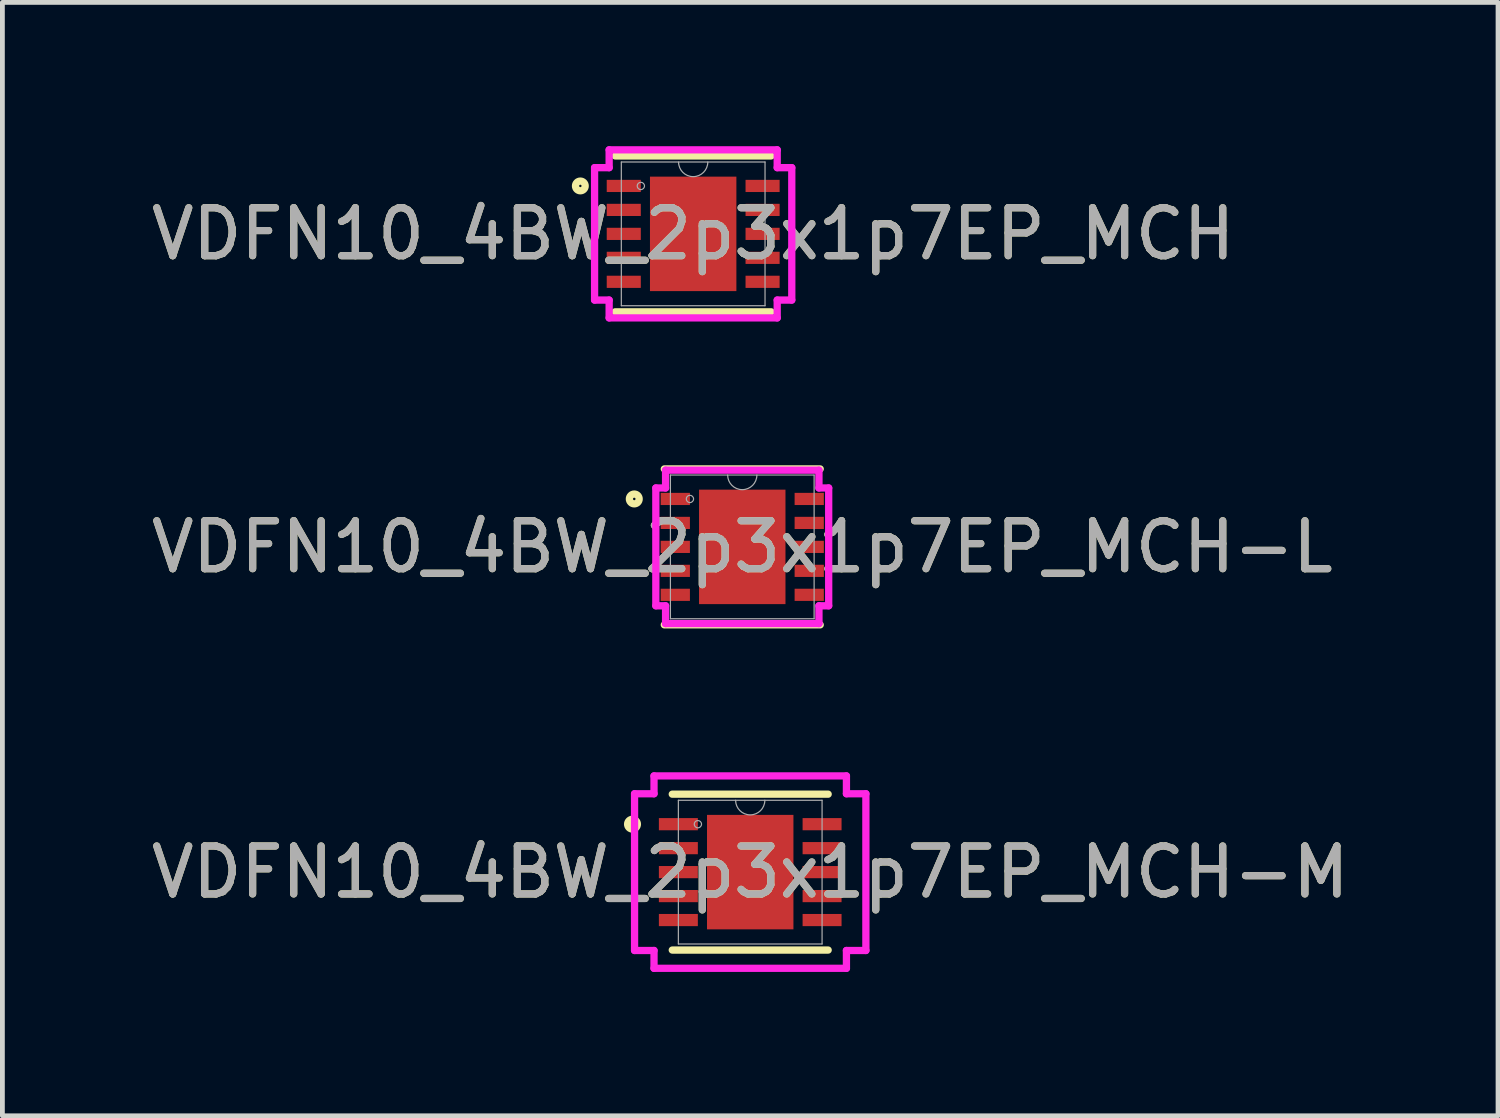
<source format=kicad_pcb>
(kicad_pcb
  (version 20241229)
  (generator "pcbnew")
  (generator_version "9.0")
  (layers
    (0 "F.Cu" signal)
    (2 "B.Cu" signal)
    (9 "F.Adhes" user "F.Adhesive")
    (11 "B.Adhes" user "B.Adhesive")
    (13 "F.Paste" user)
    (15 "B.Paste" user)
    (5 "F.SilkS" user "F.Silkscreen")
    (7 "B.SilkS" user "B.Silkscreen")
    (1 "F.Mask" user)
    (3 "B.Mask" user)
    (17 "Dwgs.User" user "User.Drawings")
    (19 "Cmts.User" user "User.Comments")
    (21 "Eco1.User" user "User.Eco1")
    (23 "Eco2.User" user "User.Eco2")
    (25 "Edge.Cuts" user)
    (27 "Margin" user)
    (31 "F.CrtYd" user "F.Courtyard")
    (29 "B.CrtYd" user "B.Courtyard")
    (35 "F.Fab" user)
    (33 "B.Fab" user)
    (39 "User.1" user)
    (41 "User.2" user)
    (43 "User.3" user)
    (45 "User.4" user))
  (footprint "VDFN10_4BW_2p3x1p7EP_MCH-M"
    (layer "F.Cu")
    (at 12.601 15.144)
    (property "Reference" "VDFN10_4BW_2p3x1p7EP_MCH-M" (at 0 0 0) (unlocked yes) (layer "F.SilkS") (effects (font (size 1 1) (thickness 0.15))))
    (attr smd)
    (fp_line (start -1.626 1.626) (end 1.626 1.626) (stroke (width 0.152) (type solid)) (layer "F.SilkS"))
    (fp_line (start 1.626 -1.626) (end -1.626 -1.626) (stroke (width 0.152) (type solid)) (layer "F.SilkS"))
    (fp_circle (center -2.456 -1) (end -2.354 -1) (stroke (width 0.152) (type solid)) (fill no) (layer "F.SilkS"))
    (fp_line (start -2.413 -1.635) (end -2.007 -1.635) (stroke (width 0.152) (type solid)) (layer "F.CrtYd"))
    (fp_line (start -2.413 1.635) (end -2.413 -1.635) (stroke (width 0.152) (type solid)) (layer "F.CrtYd"))
    (fp_line (start -2.413 1.635) (end -2.007 1.635) (stroke (width 0.152) (type solid)) (layer "F.CrtYd"))
    (fp_line (start -2.007 -2.007) (end 2.007 -2.007) (stroke (width 0.152) (type solid)) (layer "F.CrtYd"))
    (fp_line (start -2.007 -1.635) (end -2.007 -2.007) (stroke (width 0.152) (type solid)) (layer "F.CrtYd"))
    (fp_line (start -2.007 2.007) (end -2.007 1.635) (stroke (width 0.152) (type solid)) (layer "F.CrtYd"))
    (fp_line (start 2.007 -2.007) (end 2.007 -1.635) (stroke (width 0.152) (type solid)) (layer "F.CrtYd"))
    (fp_line (start 2.007 1.635) (end 2.007 2.007) (stroke (width 0.152) (type solid)) (layer "F.CrtYd"))
    (fp_line (start 2.007 2.007) (end -2.007 2.007) (stroke (width 0.152) (type solid)) (layer "F.CrtYd"))
    (fp_line (start 2.413 -1.635) (end 2.007 -1.635) (stroke (width 0.152) (type solid)) (layer "F.CrtYd"))
    (fp_line (start 2.413 -1.635) (end 2.413 1.635) (stroke (width 0.152) (type solid)) (layer "F.CrtYd"))
    (fp_line (start 2.413 1.635) (end 2.007 1.635) (stroke (width 0.152) (type solid)) (layer "F.CrtYd"))
    (fp_line (start -1.499 -1.499) (end -1.499 1.499) (stroke (width 0.025) (type solid)) (layer "F.Fab"))
    (fp_line (start -1.499 1.499) (end 1.499 1.499) (stroke (width 0.025) (type solid)) (layer "F.Fab"))
    (fp_line (start 1.499 -1.499) (end -1.499 -1.499) (stroke (width 0.025) (type solid)) (layer "F.Fab"))
    (fp_line (start 1.499 1.499) (end 1.499 -1.499) (stroke (width 0.025) (type solid)) (layer "F.Fab"))
    (fp_arc (start 0.3048 -1.4986) (mid 0 -1.1938) (end -0.3048 -1.4986) (stroke (width 0.0254) (type solid)) (layer "F.Fab"))
    (fp_circle (center -1.092 -1) (end -1.016 -1) (stroke (width 0.025) (type solid)) (fill no) (layer "F.Fab"))
    (fp_text user "${REFERENCE}" (at 0 0 0) (unlocked yes) (layer "F.Fab") (effects (font (size 1 1) (thickness 0.15))))
    (pad "1" smd rect (at -1.499 -1) (size 0.813 0.254) (layers "F.Cu" "F.Mask" "F.Paste"))
    (pad "2" smd rect (at -1.499 -0.5) (size 0.813 0.254) (layers "F.Cu" "F.Mask" "F.Paste"))
    (pad "3" smd rect (at -1.499 0) (size 0.813 0.254) (layers "F.Cu" "F.Mask" "F.Paste"))
    (pad "4" smd rect (at -1.499 0.5) (size 0.813 0.254) (layers "F.Cu" "F.Mask" "F.Paste"))
    (pad "5" smd rect (at -1.499 1) (size 0.813 0.254) (layers "F.Cu" "F.Mask" "F.Paste"))
    (pad "6" smd rect (at 1.499 1) (size 0.813 0.254) (layers "F.Cu" "F.Mask" "F.Paste"))
    (pad "7" smd rect (at 1.499 0.5) (size 0.813 0.254) (layers "F.Cu" "F.Mask" "F.Paste"))
    (pad "8" smd rect (at 1.499 0) (size 0.813 0.254) (layers "F.Cu" "F.Mask" "F.Paste"))
    (pad "9" smd rect (at 1.499 -0.5) (size 0.813 0.254) (layers "F.Cu" "F.Mask" "F.Paste"))
    (pad "10" smd rect (at 1.499 -1) (size 0.813 0.254) (layers "F.Cu" "F.Mask" "F.Paste"))
    (pad "11" smd rect (at 0 0) (size 1.803 2.388) (layers "F.Cu" "F.Mask" "F.Paste")))
  (footprint "VDFN10_4BW_2p3x1p7EP_MCH-L"
    (layer "F.Cu")
    (at 12.435 8.359)
    (property "Reference" "VDFN10_4BW_2p3x1p7EP_MCH-L" (at 0 0 0) (unlocked yes) (layer "F.SilkS") (effects (font (size 1 1) (thickness 0.15))))
    (attr smd)
    (fp_line (start -1.626 1.626) (end 1.626 1.626) (stroke (width 0.152) (type solid)) (layer "F.SilkS"))
    (fp_line (start 1.626 -1.626) (end -1.626 -1.626) (stroke (width 0.152) (type solid)) (layer "F.SilkS"))
    (fp_circle (center -2.253 -1) (end -2.151 -1) (stroke (width 0.152) (type solid)) (fill no) (layer "F.SilkS"))
    (fp_line (start -1.803 -1.229) (end -1.6 -1.229) (stroke (width 0.152) (type solid)) (layer "F.CrtYd"))
    (fp_line (start -1.803 1.229) (end -1.803 -1.229) (stroke (width 0.152) (type solid)) (layer "F.CrtYd"))
    (fp_line (start -1.803 1.229) (end -1.6 1.229) (stroke (width 0.152) (type solid)) (layer "F.CrtYd"))
    (fp_line (start -1.6 -1.6) (end 1.6 -1.6) (stroke (width 0.152) (type solid)) (layer "F.CrtYd"))
    (fp_line (start -1.6 -1.229) (end -1.6 -1.6) (stroke (width 0.152) (type solid)) (layer "F.CrtYd"))
    (fp_line (start -1.6 1.6) (end -1.6 1.229) (stroke (width 0.152) (type solid)) (layer "F.CrtYd"))
    (fp_line (start 1.6 -1.6) (end 1.6 -1.229) (stroke (width 0.152) (type solid)) (layer "F.CrtYd"))
    (fp_line (start 1.6 1.229) (end 1.6 1.6) (stroke (width 0.152) (type solid)) (layer "F.CrtYd"))
    (fp_line (start 1.6 1.6) (end -1.6 1.6) (stroke (width 0.152) (type solid)) (layer "F.CrtYd"))
    (fp_line (start 1.803 -1.229) (end 1.6 -1.229) (stroke (width 0.152) (type solid)) (layer "F.CrtYd"))
    (fp_line (start 1.803 -1.229) (end 1.803 1.229) (stroke (width 0.152) (type solid)) (layer "F.CrtYd"))
    (fp_line (start 1.803 1.229) (end 1.6 1.229) (stroke (width 0.152) (type solid)) (layer "F.CrtYd"))
    (fp_line (start -1.499 -1.499) (end -1.499 1.499) (stroke (width 0.025) (type solid)) (layer "F.Fab"))
    (fp_line (start -1.499 1.499) (end 1.499 1.499) (stroke (width 0.025) (type solid)) (layer "F.Fab"))
    (fp_line (start 1.499 -1.499) (end -1.499 -1.499) (stroke (width 0.025) (type solid)) (layer "F.Fab"))
    (fp_line (start 1.499 1.499) (end 1.499 -1.499) (stroke (width 0.025) (type solid)) (layer "F.Fab"))
    (fp_arc (start 0.3048 -1.4986) (mid 0 -1.1938) (end -0.3048 -1.4986) (stroke (width 0.0254) (type solid)) (layer "F.Fab"))
    (fp_circle (center -1.092 -1) (end -1.016 -1) (stroke (width 0.025) (type solid)) (fill no) (layer "F.Fab"))
    (fp_text user "${REFERENCE}" (at 0 0 0) (unlocked yes) (layer "F.Fab") (effects (font (size 1 1) (thickness 0.15))))
    (pad "1" smd rect (at -1.397 -1) (size 0.61 0.254) (layers "F.Cu" "F.Mask" "F.Paste"))
    (pad "2" smd rect (at -1.397 -0.5) (size 0.61 0.254) (layers "F.Cu" "F.Mask" "F.Paste"))
    (pad "3" smd rect (at -1.397 0) (size 0.61 0.254) (layers "F.Cu" "F.Mask" "F.Paste"))
    (pad "4" smd rect (at -1.397 0.5) (size 0.61 0.254) (layers "F.Cu" "F.Mask" "F.Paste"))
    (pad "5" smd rect (at -1.397 1) (size 0.61 0.254) (layers "F.Cu" "F.Mask" "F.Paste"))
    (pad "6" smd rect (at 1.397 1) (size 0.61 0.254) (layers "F.Cu" "F.Mask" "F.Paste"))
    (pad "7" smd rect (at 1.397 0.5) (size 0.61 0.254) (layers "F.Cu" "F.Mask" "F.Paste"))
    (pad "8" smd rect (at 1.397 0) (size 0.61 0.254) (layers "F.Cu" "F.Mask" "F.Paste"))
    (pad "9" smd rect (at 1.397 -0.5) (size 0.61 0.254) (layers "F.Cu" "F.Mask" "F.Paste"))
    (pad "10" smd rect (at 1.397 -1) (size 0.61 0.254) (layers "F.Cu" "F.Mask" "F.Paste"))
    (pad "11" smd rect (at 0 0) (size 1.803 2.388) (layers "F.Cu" "F.Mask" "F.Paste")))
  (footprint "VDFN10_4BW_2p3x1p7EP_MCH"
    (layer "F.Cu")
    (at 11.411 1.829)
    (property "Reference" "VDFN10_4BW_2p3x1p7EP_MCH" (at 0 0 0) (unlocked yes) (layer "F.SilkS") (effects (font (size 1 1) (thickness 0.15))))
    (attr smd)
    (fp_line (start -1.626 1.626) (end 1.626 1.626) (stroke (width 0.152) (type solid)) (layer "F.SilkS"))
    (fp_line (start 1.626 -1.626) (end -1.626 -1.626) (stroke (width 0.152) (type solid)) (layer "F.SilkS"))
    (fp_circle (center -2.354 -1) (end -2.253 -1) (stroke (width 0.152) (type solid)) (fill no) (layer "F.SilkS"))
    (fp_line (start -2.057 -1.381) (end -1.753 -1.381) (stroke (width 0.152) (type solid)) (layer "F.CrtYd"))
    (fp_line (start -2.057 1.381) (end -2.057 -1.381) (stroke (width 0.152) (type solid)) (layer "F.CrtYd"))
    (fp_line (start -2.057 1.381) (end -1.753 1.381) (stroke (width 0.152) (type solid)) (layer "F.CrtYd"))
    (fp_line (start -1.753 -1.753) (end 1.753 -1.753) (stroke (width 0.152) (type solid)) (layer "F.CrtYd"))
    (fp_line (start -1.753 -1.381) (end -1.753 -1.753) (stroke (width 0.152) (type solid)) (layer "F.CrtYd"))
    (fp_line (start -1.753 1.753) (end -1.753 1.381) (stroke (width 0.152) (type solid)) (layer "F.CrtYd"))
    (fp_line (start 1.753 -1.753) (end 1.753 -1.381) (stroke (width 0.152) (type solid)) (layer "F.CrtYd"))
    (fp_line (start 1.753 1.381) (end 1.753 1.753) (stroke (width 0.152) (type solid)) (layer "F.CrtYd"))
    (fp_line (start 1.753 1.753) (end -1.753 1.753) (stroke (width 0.152) (type solid)) (layer "F.CrtYd"))
    (fp_line (start 2.057 -1.381) (end 1.753 -1.381) (stroke (width 0.152) (type solid)) (layer "F.CrtYd"))
    (fp_line (start 2.057 -1.381) (end 2.057 1.381) (stroke (width 0.152) (type solid)) (layer "F.CrtYd"))
    (fp_line (start 2.057 1.381) (end 1.753 1.381) (stroke (width 0.152) (type solid)) (layer "F.CrtYd"))
    (fp_line (start -1.499 -1.499) (end -1.499 1.499) (stroke (width 0.025) (type solid)) (layer "F.Fab"))
    (fp_line (start -1.499 1.499) (end 1.499 1.499) (stroke (width 0.025) (type solid)) (layer "F.Fab"))
    (fp_line (start 1.499 -1.499) (end -1.499 -1.499) (stroke (width 0.025) (type solid)) (layer "F.Fab"))
    (fp_line (start 1.499 1.499) (end 1.499 -1.499) (stroke (width 0.025) (type solid)) (layer "F.Fab"))
    (fp_arc (start 0.3048 -1.4986) (mid 0 -1.1938) (end -0.3048 -1.4986) (stroke (width 0.0254) (type solid)) (layer "F.Fab"))
    (fp_circle (center -1.092 -1) (end -1.016 -1) (stroke (width 0.025) (type solid)) (fill no) (layer "F.Fab"))
    (fp_text user "${REFERENCE}" (at 0 0 0) (unlocked yes) (layer "F.Fab") (effects (font (size 1 1) (thickness 0.15))))
    (pad "1" smd rect (at -1.448 -1) (size 0.711 0.254) (layers "F.Cu" "F.Mask" "F.Paste"))
    (pad "2" smd rect (at -1.448 -0.5) (size 0.711 0.254) (layers "F.Cu" "F.Mask" "F.Paste"))
    (pad "3" smd rect (at -1.448 0) (size 0.711 0.254) (layers "F.Cu" "F.Mask" "F.Paste"))
    (pad "4" smd rect (at -1.448 0.5) (size 0.711 0.254) (layers "F.Cu" "F.Mask" "F.Paste"))
    (pad "5" smd rect (at -1.448 1) (size 0.711 0.254) (layers "F.Cu" "F.Mask" "F.Paste"))
    (pad "6" smd rect (at 1.448 1) (size 0.711 0.254) (layers "F.Cu" "F.Mask" "F.Paste"))
    (pad "7" smd rect (at 1.448 0.5) (size 0.711 0.254) (layers "F.Cu" "F.Mask" "F.Paste"))
    (pad "8" smd rect (at 1.448 0) (size 0.711 0.254) (layers "F.Cu" "F.Mask" "F.Paste"))
    (pad "9" smd rect (at 1.448 -0.5) (size 0.711 0.254) (layers "F.Cu" "F.Mask" "F.Paste"))
    (pad "10" smd rect (at 1.448 -1) (size 0.711 0.254) (layers "F.Cu" "F.Mask" "F.Paste"))
    (pad "11" smd rect (at 0 0) (size 1.803 2.388) (layers "F.Cu" "F.Mask" "F.Paste")))
  (gr_rect
    (start -3 -3)
    (end 28.202 20.227)
    (stroke (width 0.1) (type default))
    (fill no)
    (layer "Edge.Cuts")))
</source>
